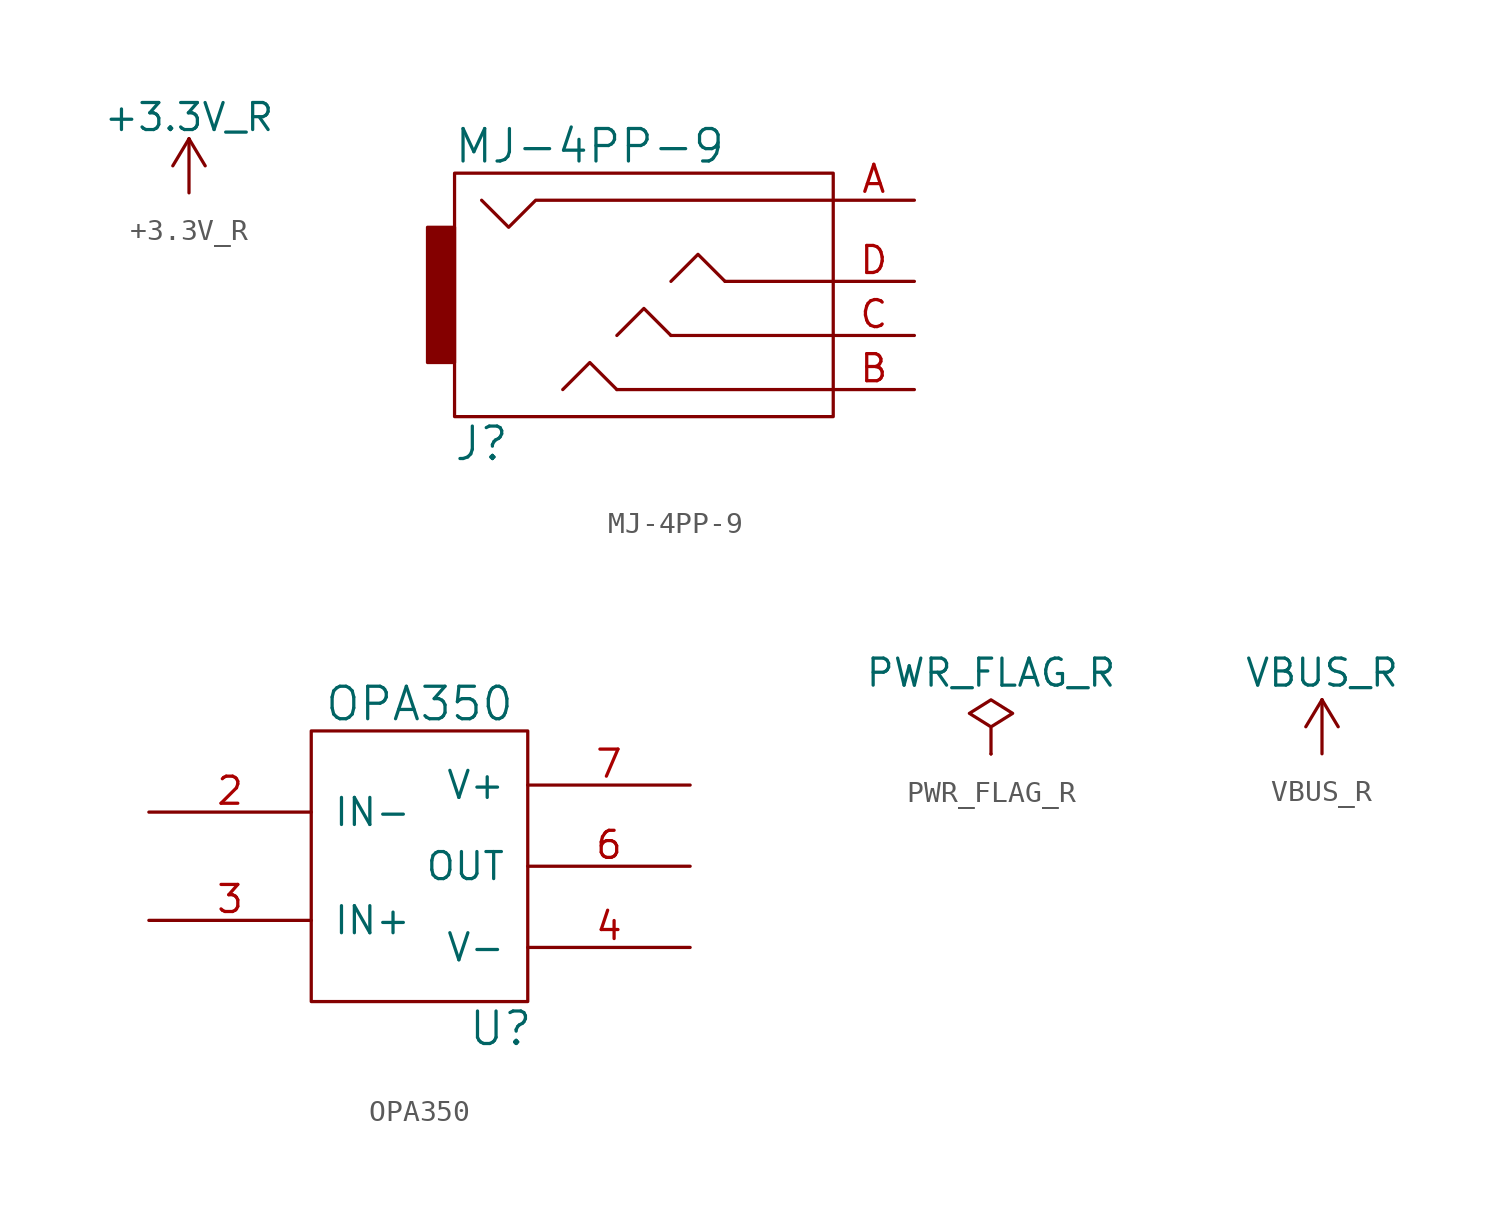
<source format=kicad_sym>
(kicad_symbol_lib
  (version 20220914)
  (generator kicad_symbol_editor)
  (symbol "+3.3V_R"
    (power)
    (pin_names
      (offset 0))
    (property "Reference" "#PWR"
      (at 0 -3.81 0)
      (effects (font (size 1.27 1.27)) hide))
    (property "Value" "+3.3V_R"
      (at 0 3.556 0)
      (effects (font (size 1.27 1.27))))
    (symbol "+3.3V_R_0_1"
      (polyline (pts (xy -0.762 1.27) (xy 0 2.54)) (stroke (width 0) (type default)) (fill (type none)))
      (polyline (pts (xy 0 0) (xy 0 2.54)) (stroke (width 0) (type default)) (fill (type none)))
      (polyline (pts (xy 0 2.54) (xy 0.762 1.27)) (stroke (width 0) (type default)) (fill (type none))))
    (symbol "+3.3V_R_1_1"
      (pin power_in line (at 0 0 90) (length 0) hide (name "+3.3V_R" (effects (font (size 1.27 1.27)))) (number "1" (effects (font (size 1.27 1.27)))))))
  (symbol "MJ-4PP-9"
    (pin_names
      (offset 1.016))
    (property "Reference" "J"
      (at -8.89 -7.62 0)
      (effects (font (size 1.524 1.524))))
    (property "Value" "MJ-4PP-9"
      (at -3.81 6.35 0)
      (effects (font (size 1.524 1.524))))
    (property "Footprint" ""
      (at 0 0 0)
      (effects (font (size 1.524 1.524))))
    (property "Datasheet" ""
      (at 0 0 0)
      (effects (font (size 1.524 1.524))))
    (symbol "MJ-4PP-9_0_1"
      (rectangle (start -11.43 2.54) (end -10.16 -3.81) (stroke (width 0) (type default)) (fill (type outline)))
      (polyline (pts (xy 2.54 0) (xy 7.62 0)) (stroke (width 0) (type default)) (fill (type none)))
      (polyline (pts (xy -2.54 -5.08) (xy 7.62 -5.08) (xy 7.62 -5.08)) (stroke (width 0) (type default)) (fill (type none)))
      (polyline (pts (xy 0 -2.54) (xy -1.27 -1.27) (xy -2.54 -2.54)) (stroke (width 0) (type default)) (fill (type none)))
      (polyline (pts (xy 0 0) (xy 1.27 1.27) (xy 2.54 0)) (stroke (width 0) (type default)) (fill (type none)))
      (polyline (pts (xy -2.54 -5.08) (xy -3.81 -3.81) (xy -5.08 -5.08) (xy -5.08 -5.08)) (stroke (width 0) (type default)) (fill (type none)))
      (polyline (pts (xy 0 -2.54) (xy 7.62 -2.54) (xy 7.62 -2.54) (xy 7.62 -2.54)) (stroke (width 0) (type default)) (fill (type none)))
      (polyline (pts (xy 7.62 3.81) (xy -6.35 3.81) (xy -7.62 2.54) (xy -8.89 3.81) (xy -8.89 3.81)) (stroke (width 0) (type default)) (fill (type none)))
      (rectangle (start 7.62 -6.35) (end -10.16 5.08) (stroke (width 0) (type default)) (fill (type none))))
    (symbol "MJ-4PP-9_1_1"
      (pin passive line (at 11.43 3.81 180) (length 3.81) (name "~" (effects (font (size 1.27 1.27)))) (number "A" (effects (font (size 1.27 1.27)))))
      (pin passive line (at 11.43 -5.08 180) (length 3.81) (name "~" (effects (font (size 1.27 1.27)))) (number "B" (effects (font (size 1.27 1.27)))))
      (pin passive line (at 11.43 -2.54 180) (length 3.81) (name "~" (effects (font (size 1.27 1.27)))) (number "C" (effects (font (size 1.27 1.27)))))
      (pin passive line (at 11.43 0 180) (length 3.81) (name "~" (effects (font (size 1.27 1.27)))) (number "D" (effects (font (size 1.27 1.27)))))))
  (symbol "OPA350"
    (pin_names
      (offset 1.016))
    (property "Reference" "U"
      (at 8.89 -7.62 0)
      (effects (font (size 1.524 1.524))))
    (property "Value" "OPA350"
      (at 5.08 7.62 0)
      (effects (font (size 1.524 1.524))))
    (property "Footprint" ""
      (at 0 0 0)
      (effects (font (size 1.524 1.524))))
    (property "Datasheet" ""
      (at 0 0 0)
      (effects (font (size 1.524 1.524))))
    (symbol "OPA350_0_1"
      (rectangle (start 0 -6.35) (end 10.16 6.35) (stroke (width 0) (type default)) (fill (type none)))
      (pin input line (at -7.62 2.54 0) (length 7.62) (name "IN-" (effects (font (size 1.27 1.27)))) (number "2" (effects (font (size 1.27 1.27)))))
      (pin input line (at -7.62 -2.54 0) (length 7.62) (name "IN+" (effects (font (size 1.27 1.27)))) (number "3" (effects (font (size 1.27 1.27)))))
      (pin input line (at 17.78 -3.81 180) (length 7.62) (name "V-" (effects (font (size 1.27 1.27)))) (number "4" (effects (font (size 1.27 1.27)))))
      (pin input line (at 17.78 0 180) (length 7.62) (name "OUT" (effects (font (size 1.27 1.27)))) (number "6" (effects (font (size 1.27 1.27)))))
      (pin input line (at 17.78 3.81 180) (length 7.62) (name "V+" (effects (font (size 1.27 1.27)))) (number "7" (effects (font (size 1.27 1.27)))))))
  (symbol "PWR_FLAG_R"
    (power)
    (pin_numbers hide)
    (pin_names
      (offset 0) hide)
    (property "Reference" "#FLG"
      (at 0 1.905 0)
      (effects (font (size 1.27 1.27)) hide))
    (property "Value" "PWR_FLAG_R"
      (at 0 3.81 0)
      (effects (font (size 1.27 1.27))))
    (symbol "PWR_FLAG_R_0_0"
      (pin power_out line (at 0 0 90) (length 0) (name "pwr" (effects (font (size 1.27 1.27)))) (number "1" (effects (font (size 1.27 1.27))))))
    (symbol "PWR_FLAG_R_0_1"
      (polyline (pts (xy 0 0) (xy 0 1.27) (xy -1.016 1.905) (xy 0 2.54) (xy 1.016 1.905) (xy 0 1.27)) (stroke (width 0) (type default)) (fill (type none)))))
  (symbol "VBUS_R"
    (power)
    (pin_names
      (offset 0))
    (property "Reference" "#PWR"
      (at 0 -3.81 0)
      (effects (font (size 1.27 1.27)) hide))
    (property "Value" "VBUS_R"
      (at 0 3.81 0)
      (effects (font (size 1.27 1.27))))
    (symbol "VBUS_R_0_1"
      (polyline (pts (xy -0.762 1.27) (xy 0 2.54)) (stroke (width 0) (type default)) (fill (type none)))
      (polyline (pts (xy 0 0) (xy 0 2.54)) (stroke (width 0) (type default)) (fill (type none)))
      (polyline (pts (xy 0 2.54) (xy 0.762 1.27)) (stroke (width 0) (type default)) (fill (type none))))
    (symbol "VBUS_R_1_1"
      (pin power_in line (at 0 0 90) (length 0) hide (name "VBUS_R" (effects (font (size 1.27 1.27)))) (number "1" (effects (font (size 1.27 1.27))))))))
</source>
